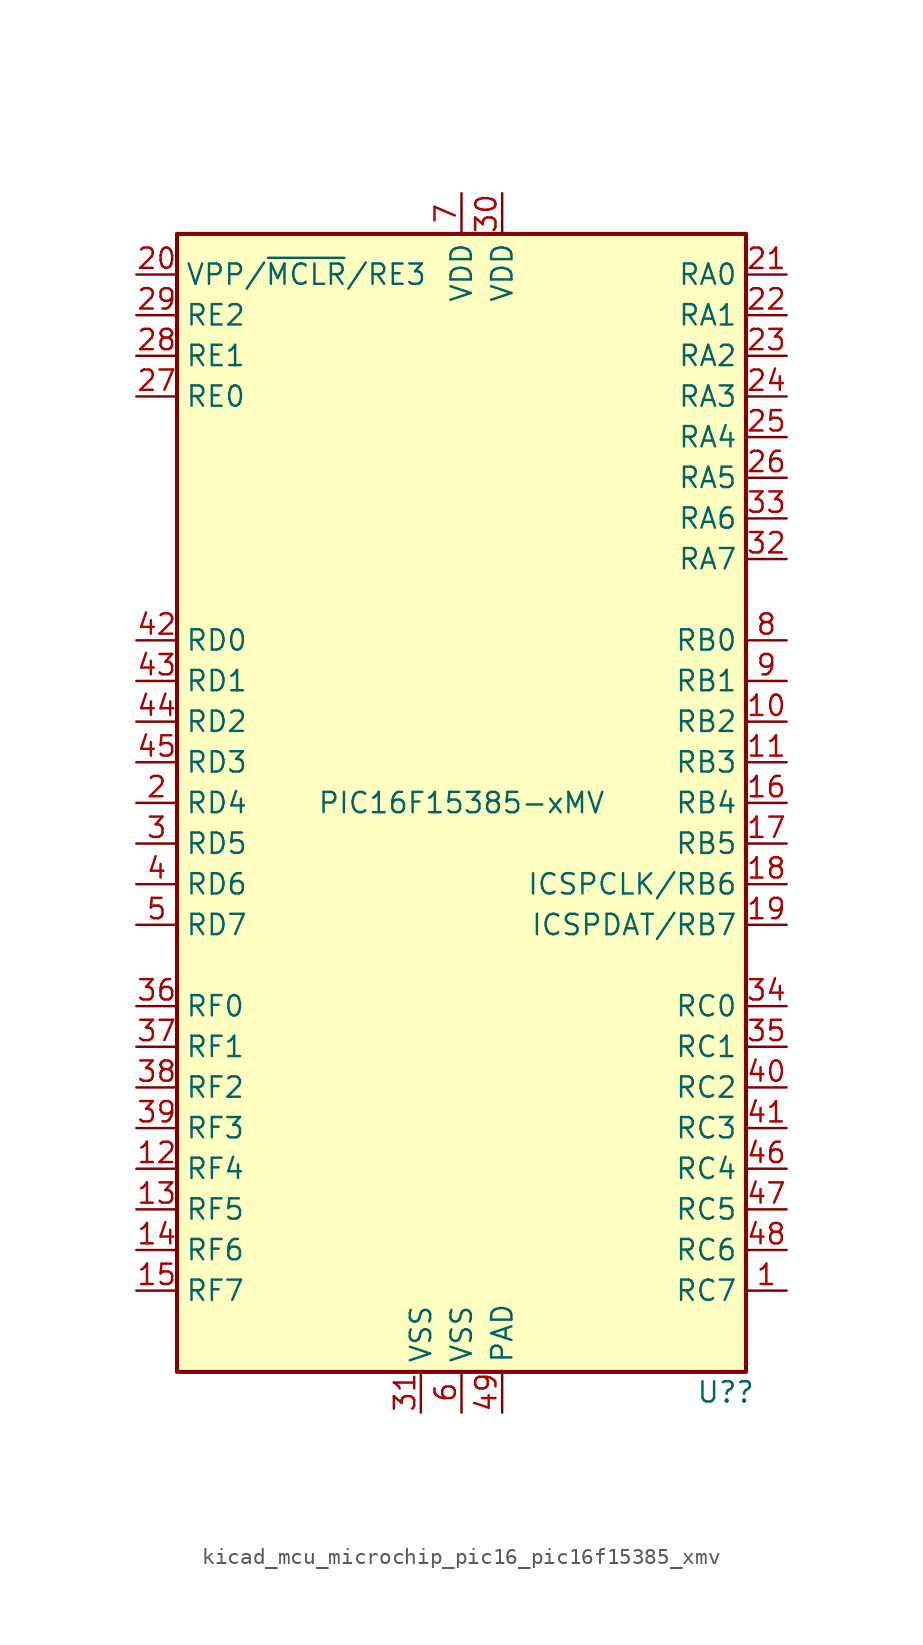
<source format=kicad_sym>
(kicad_symbol_lib
  (version 20220914)
  (generator kicad_symbol_editor)
  (symbol "kicad_mcu_microchip_pic16_pic16f15385_xmv"
    (property "Reference" "U?"
      (at 16.51 -36.83 0)
      (effects (font (size 1.27 1.27))))
    (property "Value" "PIC16F15385-xMV"
      (at 0 0 0)
      (effects (font (size 1.27 1.27))))
    (symbol "kicad_mcu_microchip_pic16_pic16f15385_xmv_0_0"
      (pin bidirectional line (at -20.32 -2.54 0) (length 2.54) (name "RD5" (effects (font (size 1.27 1.27)))) (number "3" (effects (font (size 1.27 1.27)))))
      (pin bidirectional line (at -20.32 -5.08 0) (length 2.54) (name "RD6" (effects (font (size 1.27 1.27)))) (number "4" (effects (font (size 1.27 1.27)))))
      (pin power_in line (at 2.54 -38.1 90) (length 2.54) (name "PAD" (effects (font (size 1.27 1.27)))) (number "49" (effects (font (size 1.27 1.27))))))
    (symbol "kicad_mcu_microchip_pic16_pic16f15385_xmv_0_1"
      (rectangle (start -17.78 35.56) (end 17.78 -35.56) (stroke (width 0.254) (type default)) (fill (type background))))
    (symbol "kicad_mcu_microchip_pic16_pic16f15385_xmv_1_1"
      (pin bidirectional line (at 20.32 -30.48 180) (length 2.54) (name "RC7" (effects (font (size 1.27 1.27)))) (number "1" (effects (font (size 1.27 1.27)))))
      (pin bidirectional line (at 20.32 5.08 180) (length 2.54) (name "RB2" (effects (font (size 1.27 1.27)))) (number "10" (effects (font (size 1.27 1.27)))))
      (pin bidirectional line (at 20.32 2.54 180) (length 2.54) (name "RB3" (effects (font (size 1.27 1.27)))) (number "11" (effects (font (size 1.27 1.27)))))
      (pin bidirectional line (at -20.32 -22.86 0) (length 2.54) (name "RF4" (effects (font (size 1.27 1.27)))) (number "12" (effects (font (size 1.27 1.27)))))
      (pin bidirectional line (at -20.32 -25.4 0) (length 2.54) (name "RF5" (effects (font (size 1.27 1.27)))) (number "13" (effects (font (size 1.27 1.27)))))
      (pin bidirectional line (at -20.32 -27.94 0) (length 2.54) (name "RF6" (effects (font (size 1.27 1.27)))) (number "14" (effects (font (size 1.27 1.27)))))
      (pin bidirectional line (at -20.32 -30.48 0) (length 2.54) (name "RF7" (effects (font (size 1.27 1.27)))) (number "15" (effects (font (size 1.27 1.27)))))
      (pin bidirectional line (at 20.32 0 180) (length 2.54) (name "RB4" (effects (font (size 1.27 1.27)))) (number "16" (effects (font (size 1.27 1.27)))))
      (pin bidirectional line (at 20.32 -2.54 180) (length 2.54) (name "RB5" (effects (font (size 1.27 1.27)))) (number "17" (effects (font (size 1.27 1.27)))))
      (pin bidirectional line (at 20.32 -5.08 180) (length 2.54) (name "ICSPCLK/RB6" (effects (font (size 1.27 1.27)))) (number "18" (effects (font (size 1.27 1.27)))))
      (pin bidirectional line (at 20.32 -7.62 180) (length 2.54) (name "ICSPDAT/RB7" (effects (font (size 1.27 1.27)))) (number "19" (effects (font (size 1.27 1.27)))))
      (pin bidirectional line (at -20.32 0 0) (length 2.54) (name "RD4" (effects (font (size 1.27 1.27)))) (number "2" (effects (font (size 1.27 1.27)))))
      (pin bidirectional line (at -20.32 33.02 0) (length 2.54) (name "VPP/~{MCLR}/RE3" (effects (font (size 1.27 1.27)))) (number "20" (effects (font (size 1.27 1.27)))))
      (pin bidirectional line (at 20.32 33.02 180) (length 2.54) (name "RA0" (effects (font (size 1.27 1.27)))) (number "21" (effects (font (size 1.27 1.27)))))
      (pin bidirectional line (at 20.32 30.48 180) (length 2.54) (name "RA1" (effects (font (size 1.27 1.27)))) (number "22" (effects (font (size 1.27 1.27)))))
      (pin bidirectional line (at 20.32 27.94 180) (length 2.54) (name "RA2" (effects (font (size 1.27 1.27)))) (number "23" (effects (font (size 1.27 1.27)))))
      (pin bidirectional line (at 20.32 25.4 180) (length 2.54) (name "RA3" (effects (font (size 1.27 1.27)))) (number "24" (effects (font (size 1.27 1.27)))))
      (pin bidirectional line (at 20.32 22.86 180) (length 2.54) (name "RA4" (effects (font (size 1.27 1.27)))) (number "25" (effects (font (size 1.27 1.27)))))
      (pin bidirectional line (at 20.32 20.32 180) (length 2.54) (name "RA5" (effects (font (size 1.27 1.27)))) (number "26" (effects (font (size 1.27 1.27)))))
      (pin bidirectional line (at -20.32 25.4 0) (length 2.54) (name "RE0" (effects (font (size 1.27 1.27)))) (number "27" (effects (font (size 1.27 1.27)))))
      (pin bidirectional line (at -20.32 27.94 0) (length 2.54) (name "RE1" (effects (font (size 1.27 1.27)))) (number "28" (effects (font (size 1.27 1.27)))))
      (pin bidirectional line (at -20.32 30.48 0) (length 2.54) (name "RE2" (effects (font (size 1.27 1.27)))) (number "29" (effects (font (size 1.27 1.27)))))
      (pin power_in line (at 2.54 38.1 270) (length 2.54) (name "VDD" (effects (font (size 1.27 1.27)))) (number "30" (effects (font (size 1.27 1.27)))))
      (pin power_in line (at -2.54 -38.1 90) (length 2.54) (name "VSS" (effects (font (size 1.27 1.27)))) (number "31" (effects (font (size 1.27 1.27)))))
      (pin bidirectional line (at 20.32 15.24 180) (length 2.54) (name "RA7" (effects (font (size 1.27 1.27)))) (number "32" (effects (font (size 1.27 1.27)))))
      (pin bidirectional line (at 20.32 17.78 180) (length 2.54) (name "RA6" (effects (font (size 1.27 1.27)))) (number "33" (effects (font (size 1.27 1.27)))))
      (pin bidirectional line (at 20.32 -12.7 180) (length 2.54) (name "RC0" (effects (font (size 1.27 1.27)))) (number "34" (effects (font (size 1.27 1.27)))))
      (pin bidirectional line (at 20.32 -15.24 180) (length 2.54) (name "RC1" (effects (font (size 1.27 1.27)))) (number "35" (effects (font (size 1.27 1.27)))))
      (pin bidirectional line (at -20.32 -12.7 0) (length 2.54) (name "RF0" (effects (font (size 1.27 1.27)))) (number "36" (effects (font (size 1.27 1.27)))))
      (pin bidirectional line (at -20.32 -15.24 0) (length 2.54) (name "RF1" (effects (font (size 1.27 1.27)))) (number "37" (effects (font (size 1.27 1.27)))))
      (pin bidirectional line (at -20.32 -17.78 0) (length 2.54) (name "RF2" (effects (font (size 1.27 1.27)))) (number "38" (effects (font (size 1.27 1.27)))))
      (pin bidirectional line (at -20.32 -20.32 0) (length 2.54) (name "RF3" (effects (font (size 1.27 1.27)))) (number "39" (effects (font (size 1.27 1.27)))))
      (pin bidirectional line (at 20.32 -17.78 180) (length 2.54) (name "RC2" (effects (font (size 1.27 1.27)))) (number "40" (effects (font (size 1.27 1.27)))))
      (pin bidirectional line (at 20.32 -20.32 180) (length 2.54) (name "RC3" (effects (font (size 1.27 1.27)))) (number "41" (effects (font (size 1.27 1.27)))))
      (pin bidirectional line (at -20.32 10.16 0) (length 2.54) (name "RD0" (effects (font (size 1.27 1.27)))) (number "42" (effects (font (size 1.27 1.27)))))
      (pin bidirectional line (at -20.32 7.62 0) (length 2.54) (name "RD1" (effects (font (size 1.27 1.27)))) (number "43" (effects (font (size 1.27 1.27)))))
      (pin bidirectional line (at -20.32 5.08 0) (length 2.54) (name "RD2" (effects (font (size 1.27 1.27)))) (number "44" (effects (font (size 1.27 1.27)))))
      (pin bidirectional line (at -20.32 2.54 0) (length 2.54) (name "RD3" (effects (font (size 1.27 1.27)))) (number "45" (effects (font (size 1.27 1.27)))))
      (pin bidirectional line (at 20.32 -22.86 180) (length 2.54) (name "RC4" (effects (font (size 1.27 1.27)))) (number "46" (effects (font (size 1.27 1.27)))))
      (pin bidirectional line (at 20.32 -25.4 180) (length 2.54) (name "RC5" (effects (font (size 1.27 1.27)))) (number "47" (effects (font (size 1.27 1.27)))))
      (pin bidirectional line (at 20.32 -27.94 180) (length 2.54) (name "RC6" (effects (font (size 1.27 1.27)))) (number "48" (effects (font (size 1.27 1.27)))))
      (pin bidirectional line (at -20.32 -7.62 0) (length 2.54) (name "RD7" (effects (font (size 1.27 1.27)))) (number "5" (effects (font (size 1.27 1.27)))))
      (pin power_in line (at 0 -38.1 90) (length 2.54) (name "VSS" (effects (font (size 1.27 1.27)))) (number "6" (effects (font (size 1.27 1.27)))))
      (pin power_in line (at 0 38.1 270) (length 2.54) (name "VDD" (effects (font (size 1.27 1.27)))) (number "7" (effects (font (size 1.27 1.27)))))
      (pin bidirectional line (at 20.32 10.16 180) (length 2.54) (name "RB0" (effects (font (size 1.27 1.27)))) (number "8" (effects (font (size 1.27 1.27)))))
      (pin bidirectional line (at 20.32 7.62 180) (length 2.54) (name "RB1" (effects (font (size 1.27 1.27)))) (number "9" (effects (font (size 1.27 1.27))))))))
</source>
